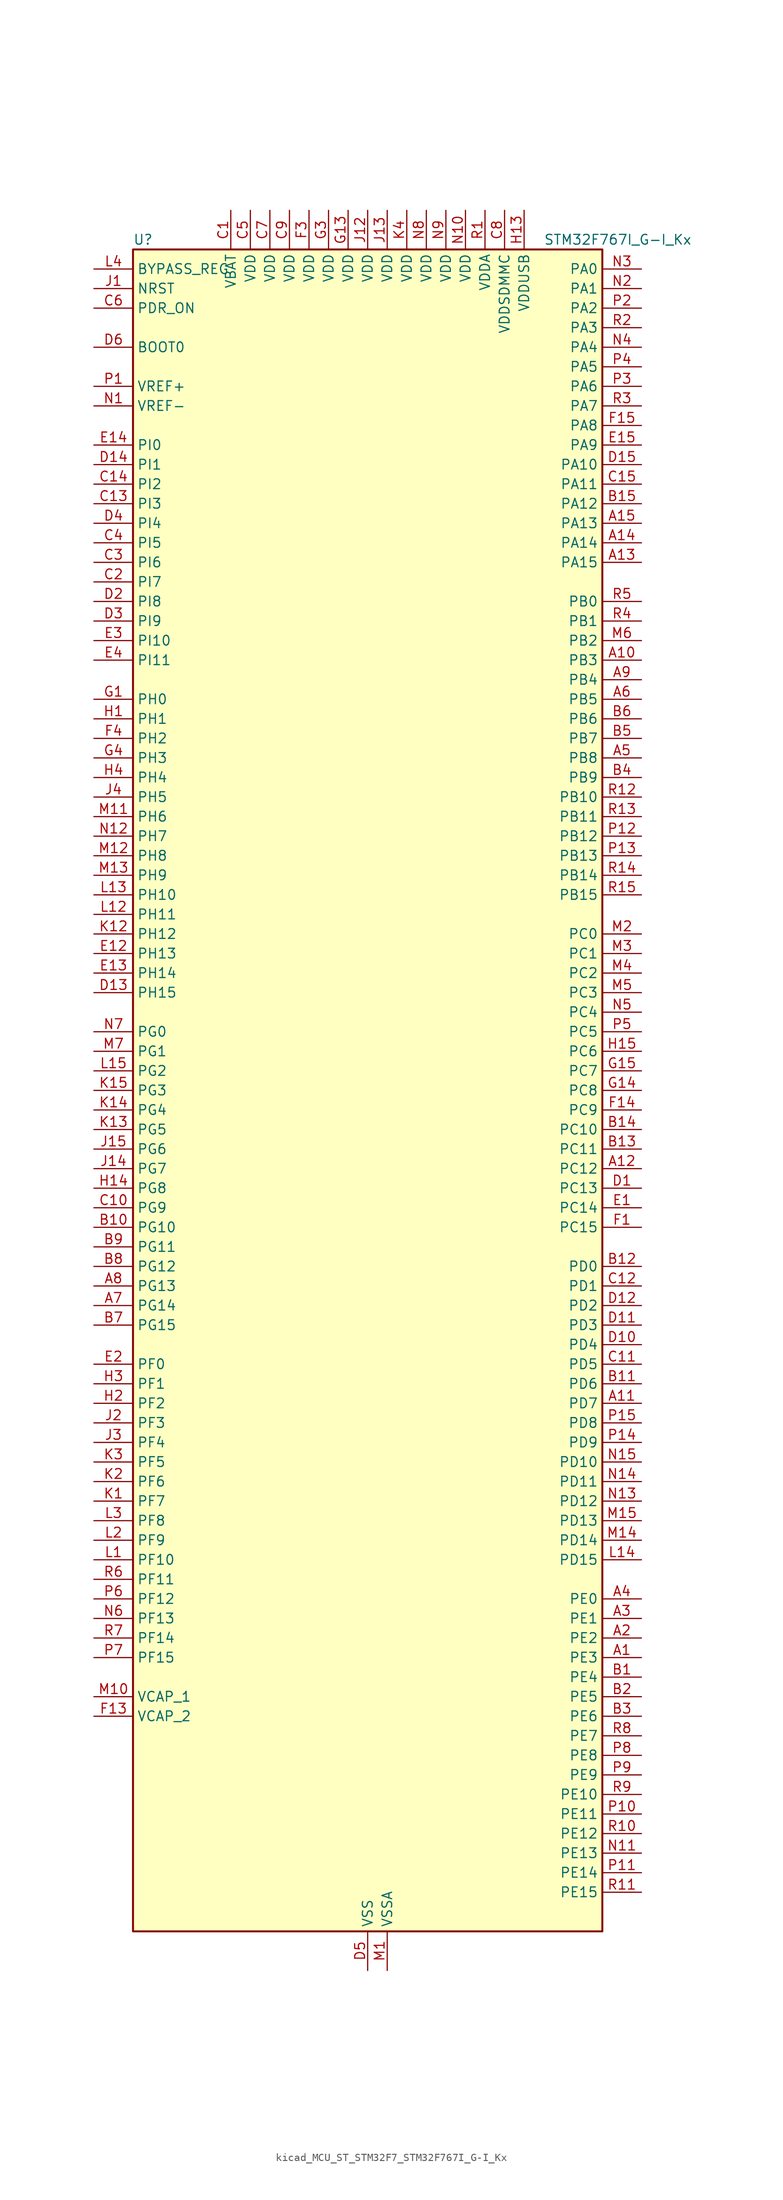
<source format=kicad_sym>
(kicad_symbol_lib
  (version 20220914)
  (generator kicad_symbol_editor)
  (symbol "kicad_MCU_ST_STM32F7_STM32F767I_G-I_Kx"
    (property "Reference" "U"
      (at -30.48 110.49 0)
      (effects (font (size 1.27 1.27)) (justify left)))
    (property "Value" "STM32F767I_G-I_Kx"
      (at 22.86 110.49 0)
      (effects (font (size 1.27 1.27)) (justify left)))
    (property "ki_locked" ""
      (at 0 0 0)
      (effects (font (size 1.27 1.27))))
    (symbol "kicad_MCU_ST_STM32F7_STM32F767I_G-I_Kx_0_1"
      (rectangle (start -30.48 -109.22) (end 30.48 109.22) (stroke (width 0.254) (type default)) (fill (type background))))
    (symbol "kicad_MCU_ST_STM32F7_STM32F767I_G-I_Kx_1_1"
      (pin bidirectional line (at 35.56 -73.66 180) (length 5.08) (name "PE3" (effects (font (size 1.27 1.27)))) (number "A1" (effects (font (size 1.27 1.27)))) (alternate "FMC_A19" bidirectional line) (alternate "SAI1_SD_B" bidirectional line) (alternate "SYS_TRACED0" bidirectional line))
      (pin bidirectional line (at 35.56 55.88 180) (length 5.08) (name "PB3" (effects (font (size 1.27 1.27)))) (number "A10" (effects (font (size 1.27 1.27)))) (alternate "CAN3_RX" bidirectional line) (alternate "I2S1_CK" bidirectional line) (alternate "I2S3_CK" bidirectional line) (alternate "SDMMC2_D2" bidirectional line) (alternate "SPI1_SCK" bidirectional line) (alternate "SPI3_SCK" bidirectional line) (alternate "SPI6_SCK" bidirectional line) (alternate "SYS_JTDO-SWO" bidirectional line) (alternate "TIM2_CH2" bidirectional line) (alternate "UART7_RX" bidirectional line))
      (pin bidirectional line (at 35.56 -40.64 180) (length 5.08) (name "PD7" (effects (font (size 1.27 1.27)))) (number "A11" (effects (font (size 1.27 1.27)))) (alternate "DFSDM1_CKIN1" bidirectional line) (alternate "DFSDM1_DATIN4" bidirectional line) (alternate "FMC_NE1" bidirectional line) (alternate "I2S1_SD" bidirectional line) (alternate "SDMMC2_CMD" bidirectional line) (alternate "SPDIFRX_IN0" bidirectional line) (alternate "SPI1_MOSI" bidirectional line) (alternate "USART2_CK" bidirectional line))
      (pin bidirectional line (at 35.56 -10.16 180) (length 5.08) (name "PC12" (effects (font (size 1.27 1.27)))) (number "A12" (effects (font (size 1.27 1.27)))) (alternate "DCMI_D9" bidirectional line) (alternate "I2S3_SD" bidirectional line) (alternate "SDMMC1_CK" bidirectional line) (alternate "SPI3_MOSI" bidirectional line) (alternate "SYS_TRACED3" bidirectional line) (alternate "UART5_TX" bidirectional line) (alternate "USART3_CK" bidirectional line))
      (pin bidirectional line (at 35.56 68.58 180) (length 5.08) (name "PA15" (effects (font (size 1.27 1.27)))) (number "A13" (effects (font (size 1.27 1.27)))) (alternate "CAN3_TX" bidirectional line) (alternate "CEC" bidirectional line) (alternate "I2S1_WS" bidirectional line) (alternate "I2S3_WS" bidirectional line) (alternate "SPI1_NSS" bidirectional line) (alternate "SPI3_NSS" bidirectional line) (alternate "SPI6_NSS" bidirectional line) (alternate "SYS_JTDI" bidirectional line) (alternate "TIM2_CH1" bidirectional line) (alternate "TIM2_ETR" bidirectional line) (alternate "UART4_DE" bidirectional line) (alternate "UART4_RTS" bidirectional line) (alternate "UART7_TX" bidirectional line))
      (pin bidirectional line (at 35.56 71.12 180) (length 5.08) (name "PA14" (effects (font (size 1.27 1.27)))) (number "A14" (effects (font (size 1.27 1.27)))) (alternate "SYS_JTCK-SWCLK" bidirectional line))
      (pin bidirectional line (at 35.56 73.66 180) (length 5.08) (name "PA13" (effects (font (size 1.27 1.27)))) (number "A15" (effects (font (size 1.27 1.27)))) (alternate "SYS_JTMS-SWDIO" bidirectional line))
      (pin bidirectional line (at 35.56 -71.12 180) (length 5.08) (name "PE2" (effects (font (size 1.27 1.27)))) (number "A2" (effects (font (size 1.27 1.27)))) (alternate "ETH_TXD3" bidirectional line) (alternate "FMC_A23" bidirectional line) (alternate "QUADSPI_BK1_IO2" bidirectional line) (alternate "SAI1_MCLK_A" bidirectional line) (alternate "SPI4_SCK" bidirectional line) (alternate "SYS_TRACECLK" bidirectional line))
      (pin bidirectional line (at 35.56 -68.58 180) (length 5.08) (name "PE1" (effects (font (size 1.27 1.27)))) (number "A3" (effects (font (size 1.27 1.27)))) (alternate "DCMI_D3" bidirectional line) (alternate "FMC_NBL1" bidirectional line) (alternate "LPTIM1_IN2" bidirectional line) (alternate "UART8_TX" bidirectional line))
      (pin bidirectional line (at 35.56 -66.04 180) (length 5.08) (name "PE0" (effects (font (size 1.27 1.27)))) (number "A4" (effects (font (size 1.27 1.27)))) (alternate "DCMI_D2" bidirectional line) (alternate "FMC_NBL0" bidirectional line) (alternate "LPTIM1_ETR" bidirectional line) (alternate "SAI2_MCLK_A" bidirectional line) (alternate "TIM4_ETR" bidirectional line) (alternate "UART8_RX" bidirectional line))
      (pin bidirectional line (at 35.56 43.18 180) (length 5.08) (name "PB8" (effects (font (size 1.27 1.27)))) (number "A5" (effects (font (size 1.27 1.27)))) (alternate "CAN1_RX" bidirectional line) (alternate "DCMI_D6" bidirectional line) (alternate "DFSDM1_CKIN7" bidirectional line) (alternate "ETH_TXD3" bidirectional line) (alternate "I2C1_SCL" bidirectional line) (alternate "I2C4_SCL" bidirectional line) (alternate "LTDC_B6" bidirectional line) (alternate "SDMMC1_D4" bidirectional line) (alternate "SDMMC2_D4" bidirectional line) (alternate "TIM10_CH1" bidirectional line) (alternate "TIM4_CH3" bidirectional line) (alternate "UART5_RX" bidirectional line))
      (pin bidirectional line (at 35.56 50.8 180) (length 5.08) (name "PB5" (effects (font (size 1.27 1.27)))) (number "A6" (effects (font (size 1.27 1.27)))) (alternate "CAN2_RX" bidirectional line) (alternate "DCMI_D10" bidirectional line) (alternate "ETH_PPS_OUT" bidirectional line) (alternate "FMC_SDCKE1" bidirectional line) (alternate "I2C1_SMBA" bidirectional line) (alternate "I2S1_SD" bidirectional line) (alternate "I2S3_SD" bidirectional line) (alternate "LTDC_G7" bidirectional line) (alternate "SPI1_MOSI" bidirectional line) (alternate "SPI3_MOSI" bidirectional line) (alternate "SPI6_MOSI" bidirectional line) (alternate "TIM3_CH2" bidirectional line) (alternate "UART5_RX" bidirectional line) (alternate "USB_OTG_HS_ULPI_D7" bidirectional line))
      (pin bidirectional line (at -35.56 -27.94 0) (length 5.08) (name "PG14" (effects (font (size 1.27 1.27)))) (number "A7" (effects (font (size 1.27 1.27)))) (alternate "ETH_TXD1" bidirectional line) (alternate "FMC_A25" bidirectional line) (alternate "LPTIM1_ETR" bidirectional line) (alternate "LTDC_B0" bidirectional line) (alternate "QUADSPI_BK2_IO3" bidirectional line) (alternate "SPI6_MOSI" bidirectional line) (alternate "SYS_TRACED1" bidirectional line) (alternate "USART6_TX" bidirectional line))
      (pin bidirectional line (at -35.56 -25.4 0) (length 5.08) (name "PG13" (effects (font (size 1.27 1.27)))) (number "A8" (effects (font (size 1.27 1.27)))) (alternate "ETH_TXD0" bidirectional line) (alternate "FMC_A24" bidirectional line) (alternate "LPTIM1_OUT" bidirectional line) (alternate "LTDC_R0" bidirectional line) (alternate "SPI6_SCK" bidirectional line) (alternate "SYS_TRACED0" bidirectional line) (alternate "USART6_CTS" bidirectional line))
      (pin bidirectional line (at 35.56 53.34 180) (length 5.08) (name "PB4" (effects (font (size 1.27 1.27)))) (number "A9" (effects (font (size 1.27 1.27)))) (alternate "CAN3_TX" bidirectional line) (alternate "I2S2_WS" bidirectional line) (alternate "SDMMC2_D3" bidirectional line) (alternate "SPI1_MISO" bidirectional line) (alternate "SPI2_NSS" bidirectional line) (alternate "SPI3_MISO" bidirectional line) (alternate "SPI6_MISO" bidirectional line) (alternate "SYS_JTRST" bidirectional line) (alternate "TIM3_CH1" bidirectional line) (alternate "UART7_TX" bidirectional line))
      (pin bidirectional line (at 35.56 -76.2 180) (length 5.08) (name "PE4" (effects (font (size 1.27 1.27)))) (number "B1" (effects (font (size 1.27 1.27)))) (alternate "DCMI_D4" bidirectional line) (alternate "DFSDM1_DATIN3" bidirectional line) (alternate "FMC_A20" bidirectional line) (alternate "LTDC_B0" bidirectional line) (alternate "SAI1_FS_A" bidirectional line) (alternate "SPI4_NSS" bidirectional line) (alternate "SYS_TRACED1" bidirectional line))
      (pin bidirectional line (at -35.56 -17.78 0) (length 5.08) (name "PG10" (effects (font (size 1.27 1.27)))) (number "B10" (effects (font (size 1.27 1.27)))) (alternate "DCMI_D2" bidirectional line) (alternate "FMC_NE3" bidirectional line) (alternate "I2S1_WS" bidirectional line) (alternate "LTDC_B2" bidirectional line) (alternate "LTDC_G3" bidirectional line) (alternate "SAI2_SD_B" bidirectional line) (alternate "SDMMC2_D1" bidirectional line) (alternate "SPI1_NSS" bidirectional line))
      (pin bidirectional line (at 35.56 -38.1 180) (length 5.08) (name "PD6" (effects (font (size 1.27 1.27)))) (number "B11" (effects (font (size 1.27 1.27)))) (alternate "DCMI_D10" bidirectional line) (alternate "DFSDM1_CKIN4" bidirectional line) (alternate "DFSDM1_DATIN1" bidirectional line) (alternate "FMC_NWAIT" bidirectional line) (alternate "I2S3_SD" bidirectional line) (alternate "LTDC_B2" bidirectional line) (alternate "SAI1_SD_A" bidirectional line) (alternate "SDMMC2_CK" bidirectional line) (alternate "SPI3_MOSI" bidirectional line) (alternate "USART2_RX" bidirectional line))
      (pin bidirectional line (at 35.56 -22.86 180) (length 5.08) (name "PD0" (effects (font (size 1.27 1.27)))) (number "B12" (effects (font (size 1.27 1.27)))) (alternate "CAN1_RX" bidirectional line) (alternate "DFSDM1_CKIN6" bidirectional line) (alternate "DFSDM1_DATIN7" bidirectional line) (alternate "FMC_D2" bidirectional line) (alternate "FMC_DA2" bidirectional line) (alternate "UART4_RX" bidirectional line))
      (pin bidirectional line (at 35.56 -7.62 180) (length 5.08) (name "PC11" (effects (font (size 1.27 1.27)))) (number "B13" (effects (font (size 1.27 1.27)))) (alternate "ADC1_EXTI11" bidirectional line) (alternate "ADC2_EXTI11" bidirectional line) (alternate "ADC3_EXTI11" bidirectional line) (alternate "DCMI_D4" bidirectional line) (alternate "DFSDM1_DATIN5" bidirectional line) (alternate "QUADSPI_BK2_NCS" bidirectional line) (alternate "SDMMC1_D3" bidirectional line) (alternate "SPI3_MISO" bidirectional line) (alternate "UART4_RX" bidirectional line) (alternate "USART3_RX" bidirectional line))
      (pin bidirectional line (at 35.56 -5.08 180) (length 5.08) (name "PC10" (effects (font (size 1.27 1.27)))) (number "B14" (effects (font (size 1.27 1.27)))) (alternate "DCMI_D8" bidirectional line) (alternate "DFSDM1_CKIN5" bidirectional line) (alternate "I2S3_CK" bidirectional line) (alternate "LTDC_R2" bidirectional line) (alternate "QUADSPI_BK1_IO1" bidirectional line) (alternate "SDMMC1_D2" bidirectional line) (alternate "SPI3_SCK" bidirectional line) (alternate "UART4_TX" bidirectional line) (alternate "USART3_TX" bidirectional line))
      (pin bidirectional line (at 35.56 76.2 180) (length 5.08) (name "PA12" (effects (font (size 1.27 1.27)))) (number "B15" (effects (font (size 1.27 1.27)))) (alternate "CAN1_TX" bidirectional line) (alternate "I2S2_CK" bidirectional line) (alternate "LTDC_R5" bidirectional line) (alternate "SAI2_FS_B" bidirectional line) (alternate "SPI2_SCK" bidirectional line) (alternate "TIM1_ETR" bidirectional line) (alternate "UART4_TX" bidirectional line) (alternate "USART1_DE" bidirectional line) (alternate "USART1_RTS" bidirectional line) (alternate "USB_OTG_FS_DP" bidirectional line))
      (pin bidirectional line (at 35.56 -78.74 180) (length 5.08) (name "PE5" (effects (font (size 1.27 1.27)))) (number "B2" (effects (font (size 1.27 1.27)))) (alternate "DCMI_D6" bidirectional line) (alternate "DFSDM1_CKIN3" bidirectional line) (alternate "FMC_A21" bidirectional line) (alternate "LTDC_G0" bidirectional line) (alternate "SAI1_SCK_A" bidirectional line) (alternate "SPI4_MISO" bidirectional line) (alternate "SYS_TRACED2" bidirectional line) (alternate "TIM9_CH1" bidirectional line))
      (pin bidirectional line (at 35.56 -81.28 180) (length 5.08) (name "PE6" (effects (font (size 1.27 1.27)))) (number "B3" (effects (font (size 1.27 1.27)))) (alternate "DCMI_D7" bidirectional line) (alternate "FMC_A22" bidirectional line) (alternate "LTDC_G1" bidirectional line) (alternate "SAI1_SD_A" bidirectional line) (alternate "SAI2_MCLK_B" bidirectional line) (alternate "SPI4_MOSI" bidirectional line) (alternate "SYS_TRACED3" bidirectional line) (alternate "TIM1_BKIN2" bidirectional line) (alternate "TIM9_CH2" bidirectional line))
      (pin bidirectional line (at 35.56 40.64 180) (length 5.08) (name "PB9" (effects (font (size 1.27 1.27)))) (number "B4" (effects (font (size 1.27 1.27)))) (alternate "CAN1_TX" bidirectional line) (alternate "DAC_EXTI9" bidirectional line) (alternate "DCMI_D7" bidirectional line) (alternate "DFSDM1_DATIN7" bidirectional line) (alternate "I2C1_SDA" bidirectional line) (alternate "I2C4_SDA" bidirectional line) (alternate "I2C4_SMBA" bidirectional line) (alternate "I2S2_WS" bidirectional line) (alternate "LTDC_B7" bidirectional line) (alternate "SDMMC1_D5" bidirectional line) (alternate "SDMMC2_D5" bidirectional line) (alternate "SPI2_NSS" bidirectional line) (alternate "TIM11_CH1" bidirectional line) (alternate "TIM4_CH4" bidirectional line) (alternate "UART5_TX" bidirectional line))
      (pin bidirectional line (at 35.56 45.72 180) (length 5.08) (name "PB7" (effects (font (size 1.27 1.27)))) (number "B5" (effects (font (size 1.27 1.27)))) (alternate "DCMI_VSYNC" bidirectional line) (alternate "DFSDM1_CKIN5" bidirectional line) (alternate "FMC_NL" bidirectional line) (alternate "I2C1_SDA" bidirectional line) (alternate "I2C4_SDA" bidirectional line) (alternate "TIM4_CH2" bidirectional line) (alternate "USART1_RX" bidirectional line))
      (pin bidirectional line (at 35.56 48.26 180) (length 5.08) (name "PB6" (effects (font (size 1.27 1.27)))) (number "B6" (effects (font (size 1.27 1.27)))) (alternate "CAN2_TX" bidirectional line) (alternate "CEC" bidirectional line) (alternate "DCMI_D5" bidirectional line) (alternate "DFSDM1_DATIN5" bidirectional line) (alternate "FMC_SDNE1" bidirectional line) (alternate "I2C1_SCL" bidirectional line) (alternate "I2C4_SCL" bidirectional line) (alternate "QUADSPI_BK1_NCS" bidirectional line) (alternate "TIM4_CH1" bidirectional line) (alternate "UART5_TX" bidirectional line) (alternate "USART1_TX" bidirectional line))
      (pin bidirectional line (at -35.56 -30.48 0) (length 5.08) (name "PG15" (effects (font (size 1.27 1.27)))) (number "B7" (effects (font (size 1.27 1.27)))) (alternate "DCMI_D13" bidirectional line) (alternate "FMC_SDNCAS" bidirectional line) (alternate "USART6_CTS" bidirectional line))
      (pin bidirectional line (at -35.56 -22.86 0) (length 5.08) (name "PG12" (effects (font (size 1.27 1.27)))) (number "B8" (effects (font (size 1.27 1.27)))) (alternate "FMC_NE4" bidirectional line) (alternate "LPTIM1_IN1" bidirectional line) (alternate "LTDC_B1" bidirectional line) (alternate "LTDC_B4" bidirectional line) (alternate "SDMMC2_D3" bidirectional line) (alternate "SPDIFRX_IN1" bidirectional line) (alternate "SPI6_MISO" bidirectional line) (alternate "USART6_DE" bidirectional line) (alternate "USART6_RTS" bidirectional line))
      (pin bidirectional line (at -35.56 -20.32 0) (length 5.08) (name "PG11" (effects (font (size 1.27 1.27)))) (number "B9" (effects (font (size 1.27 1.27)))) (alternate "ADC1_EXTI11" bidirectional line) (alternate "ADC2_EXTI11" bidirectional line) (alternate "ADC3_EXTI11" bidirectional line) (alternate "DCMI_D3" bidirectional line) (alternate "ETH_TX_EN" bidirectional line) (alternate "I2S1_CK" bidirectional line) (alternate "LTDC_B3" bidirectional line) (alternate "SDMMC2_D2" bidirectional line) (alternate "SPDIFRX_IN0" bidirectional line) (alternate "SPI1_SCK" bidirectional line))
      (pin power_in line (at -17.78 114.3 270) (length 5.08) (name "VBAT" (effects (font (size 1.27 1.27)))) (number "C1" (effects (font (size 1.27 1.27)))))
      (pin bidirectional line (at -35.56 -15.24 0) (length 5.08) (name "PG9" (effects (font (size 1.27 1.27)))) (number "C10" (effects (font (size 1.27 1.27)))) (alternate "DAC_EXTI9" bidirectional line) (alternate "DCMI_VSYNC" bidirectional line) (alternate "FMC_NCE" bidirectional line) (alternate "FMC_NE2" bidirectional line) (alternate "QUADSPI_BK2_IO2" bidirectional line) (alternate "SAI2_FS_B" bidirectional line) (alternate "SDMMC2_D0" bidirectional line) (alternate "SPDIFRX_IN3" bidirectional line) (alternate "SPI1_MISO" bidirectional line) (alternate "USART6_RX" bidirectional line))
      (pin bidirectional line (at 35.56 -35.56 180) (length 5.08) (name "PD5" (effects (font (size 1.27 1.27)))) (number "C11" (effects (font (size 1.27 1.27)))) (alternate "FMC_NWE" bidirectional line) (alternate "USART2_TX" bidirectional line))
      (pin bidirectional line (at 35.56 -25.4 180) (length 5.08) (name "PD1" (effects (font (size 1.27 1.27)))) (number "C12" (effects (font (size 1.27 1.27)))) (alternate "CAN1_TX" bidirectional line) (alternate "DFSDM1_CKIN7" bidirectional line) (alternate "DFSDM1_DATIN6" bidirectional line) (alternate "FMC_D3" bidirectional line) (alternate "FMC_DA3" bidirectional line) (alternate "UART4_TX" bidirectional line))
      (pin bidirectional line (at -35.56 76.2 0) (length 5.08) (name "PI3" (effects (font (size 1.27 1.27)))) (number "C13" (effects (font (size 1.27 1.27)))) (alternate "DCMI_D10" bidirectional line) (alternate "FMC_D27" bidirectional line) (alternate "I2S2_SD" bidirectional line) (alternate "SPI2_MOSI" bidirectional line) (alternate "TIM8_ETR" bidirectional line))
      (pin bidirectional line (at -35.56 78.74 0) (length 5.08) (name "PI2" (effects (font (size 1.27 1.27)))) (number "C14" (effects (font (size 1.27 1.27)))) (alternate "DCMI_D9" bidirectional line) (alternate "FMC_D26" bidirectional line) (alternate "LTDC_G7" bidirectional line) (alternate "SPI2_MISO" bidirectional line) (alternate "TIM8_CH4" bidirectional line))
      (pin bidirectional line (at 35.56 78.74 180) (length 5.08) (name "PA11" (effects (font (size 1.27 1.27)))) (number "C15" (effects (font (size 1.27 1.27)))) (alternate "ADC1_EXTI11" bidirectional line) (alternate "ADC2_EXTI11" bidirectional line) (alternate "ADC3_EXTI11" bidirectional line) (alternate "CAN1_RX" bidirectional line) (alternate "I2S2_WS" bidirectional line) (alternate "LTDC_R4" bidirectional line) (alternate "SPI2_NSS" bidirectional line) (alternate "TIM1_CH4" bidirectional line) (alternate "UART4_RX" bidirectional line) (alternate "USART1_CTS" bidirectional line) (alternate "USB_OTG_FS_DM" bidirectional line))
      (pin bidirectional line (at -35.56 66.04 0) (length 5.08) (name "PI7" (effects (font (size 1.27 1.27)))) (number "C2" (effects (font (size 1.27 1.27)))) (alternate "DCMI_D7" bidirectional line) (alternate "FMC_D29" bidirectional line) (alternate "LTDC_B7" bidirectional line) (alternate "SAI2_FS_A" bidirectional line) (alternate "TIM8_CH3" bidirectional line))
      (pin bidirectional line (at -35.56 68.58 0) (length 5.08) (name "PI6" (effects (font (size 1.27 1.27)))) (number "C3" (effects (font (size 1.27 1.27)))) (alternate "DCMI_D6" bidirectional line) (alternate "FMC_D28" bidirectional line) (alternate "LTDC_B6" bidirectional line) (alternate "SAI2_SD_A" bidirectional line) (alternate "TIM8_CH2" bidirectional line))
      (pin bidirectional line (at -35.56 71.12 0) (length 5.08) (name "PI5" (effects (font (size 1.27 1.27)))) (number "C4" (effects (font (size 1.27 1.27)))) (alternate "DCMI_VSYNC" bidirectional line) (alternate "FMC_NBL3" bidirectional line) (alternate "LTDC_B5" bidirectional line) (alternate "SAI2_SCK_A" bidirectional line) (alternate "TIM8_CH1" bidirectional line))
      (pin power_in line (at -15.24 114.3 270) (length 5.08) (name "VDD" (effects (font (size 1.27 1.27)))) (number "C5" (effects (font (size 1.27 1.27)))))
      (pin input line (at -35.56 101.6 0) (length 5.08) (name "PDR_ON" (effects (font (size 1.27 1.27)))) (number "C6" (effects (font (size 1.27 1.27)))))
      (pin power_in line (at -12.7 114.3 270) (length 5.08) (name "VDD" (effects (font (size 1.27 1.27)))) (number "C7" (effects (font (size 1.27 1.27)))))
      (pin power_in line (at 17.78 114.3 270) (length 5.08) (name "VDDSDMMC" (effects (font (size 1.27 1.27)))) (number "C8" (effects (font (size 1.27 1.27)))))
      (pin power_in line (at -10.16 114.3 270) (length 5.08) (name "VDD" (effects (font (size 1.27 1.27)))) (number "C9" (effects (font (size 1.27 1.27)))))
      (pin bidirectional line (at 35.56 -12.7 180) (length 5.08) (name "PC13" (effects (font (size 1.27 1.27)))) (number "D1" (effects (font (size 1.27 1.27)))) (alternate "RTC_OUT" bidirectional line) (alternate "RTC_TAMP1" bidirectional line) (alternate "RTC_TS" bidirectional line) (alternate "SYS_WKUP4" bidirectional line))
      (pin bidirectional line (at 35.56 -33.02 180) (length 5.08) (name "PD4" (effects (font (size 1.27 1.27)))) (number "D10" (effects (font (size 1.27 1.27)))) (alternate "DFSDM1_CKIN0" bidirectional line) (alternate "FMC_NOE" bidirectional line) (alternate "USART2_DE" bidirectional line) (alternate "USART2_RTS" bidirectional line))
      (pin bidirectional line (at 35.56 -30.48 180) (length 5.08) (name "PD3" (effects (font (size 1.27 1.27)))) (number "D11" (effects (font (size 1.27 1.27)))) (alternate "DCMI_D5" bidirectional line) (alternate "DFSDM1_CKOUT" bidirectional line) (alternate "DFSDM1_DATIN0" bidirectional line) (alternate "FMC_CLK" bidirectional line) (alternate "I2S2_CK" bidirectional line) (alternate "LTDC_G7" bidirectional line) (alternate "SPI2_SCK" bidirectional line) (alternate "USART2_CTS" bidirectional line))
      (pin bidirectional line (at 35.56 -27.94 180) (length 5.08) (name "PD2" (effects (font (size 1.27 1.27)))) (number "D12" (effects (font (size 1.27 1.27)))) (alternate "DCMI_D11" bidirectional line) (alternate "SDMMC1_CMD" bidirectional line) (alternate "SYS_TRACED2" bidirectional line) (alternate "TIM3_ETR" bidirectional line) (alternate "UART5_RX" bidirectional line))
      (pin bidirectional line (at -35.56 12.7 0) (length 5.08) (name "PH15" (effects (font (size 1.27 1.27)))) (number "D13" (effects (font (size 1.27 1.27)))) (alternate "DCMI_D11" bidirectional line) (alternate "FMC_D23" bidirectional line) (alternate "LTDC_G4" bidirectional line) (alternate "TIM8_CH3N" bidirectional line))
      (pin bidirectional line (at -35.56 81.28 0) (length 5.08) (name "PI1" (effects (font (size 1.27 1.27)))) (number "D14" (effects (font (size 1.27 1.27)))) (alternate "DCMI_D8" bidirectional line) (alternate "FMC_D25" bidirectional line) (alternate "I2S2_CK" bidirectional line) (alternate "LTDC_G6" bidirectional line) (alternate "SPI2_SCK" bidirectional line) (alternate "TIM8_BKIN2" bidirectional line))
      (pin bidirectional line (at 35.56 81.28 180) (length 5.08) (name "PA10" (effects (font (size 1.27 1.27)))) (number "D15" (effects (font (size 1.27 1.27)))) (alternate "DCMI_D1" bidirectional line) (alternate "LTDC_B1" bidirectional line) (alternate "LTDC_B4" bidirectional line) (alternate "MDIOS_MDIO" bidirectional line) (alternate "TIM1_CH3" bidirectional line) (alternate "USART1_RX" bidirectional line) (alternate "USB_OTG_FS_ID" bidirectional line))
      (pin bidirectional line (at -35.56 63.5 0) (length 5.08) (name "PI8" (effects (font (size 1.27 1.27)))) (number "D2" (effects (font (size 1.27 1.27)))) (alternate "RTC_TAMP2" bidirectional line) (alternate "RTC_TS" bidirectional line) (alternate "SYS_WKUP5" bidirectional line))
      (pin bidirectional line (at -35.56 60.96 0) (length 5.08) (name "PI9" (effects (font (size 1.27 1.27)))) (number "D3" (effects (font (size 1.27 1.27)))) (alternate "CAN1_RX" bidirectional line) (alternate "DAC_EXTI9" bidirectional line) (alternate "FMC_D30" bidirectional line) (alternate "LTDC_VSYNC" bidirectional line) (alternate "UART4_RX" bidirectional line))
      (pin bidirectional line (at -35.56 73.66 0) (length 5.08) (name "PI4" (effects (font (size 1.27 1.27)))) (number "D4" (effects (font (size 1.27 1.27)))) (alternate "DCMI_D5" bidirectional line) (alternate "FMC_NBL2" bidirectional line) (alternate "LTDC_B4" bidirectional line) (alternate "SAI2_MCLK_A" bidirectional line) (alternate "TIM8_BKIN" bidirectional line))
      (pin power_in line (at 0 -114.3 90) (length 5.08) (name "VSS" (effects (font (size 1.27 1.27)))) (number "D5" (effects (font (size 1.27 1.27)))))
      (pin input line (at -35.56 96.52 0) (length 5.08) (name "BOOT0" (effects (font (size 1.27 1.27)))) (number "D6" (effects (font (size 1.27 1.27)))))
      (pin passive line (at 0 -114.3 90) (length 5.08) hide (name "VSS" (effects (font (size 1.27 1.27)))) (number "D7" (effects (font (size 1.27 1.27)))))
      (pin passive line (at 0 -114.3 90) (length 5.08) hide (name "VSS" (effects (font (size 1.27 1.27)))) (number "D8" (effects (font (size 1.27 1.27)))))
      (pin passive line (at 0 -114.3 90) (length 5.08) hide (name "VSS" (effects (font (size 1.27 1.27)))) (number "D9" (effects (font (size 1.27 1.27)))))
      (pin bidirectional line (at 35.56 -15.24 180) (length 5.08) (name "PC14" (effects (font (size 1.27 1.27)))) (number "E1" (effects (font (size 1.27 1.27)))) (alternate "RCC_OSC32_IN" bidirectional line))
      (pin bidirectional line (at -35.56 17.78 0) (length 5.08) (name "PH13" (effects (font (size 1.27 1.27)))) (number "E12" (effects (font (size 1.27 1.27)))) (alternate "CAN1_TX" bidirectional line) (alternate "FMC_D21" bidirectional line) (alternate "LTDC_G2" bidirectional line) (alternate "TIM8_CH1N" bidirectional line) (alternate "UART4_TX" bidirectional line))
      (pin bidirectional line (at -35.56 15.24 0) (length 5.08) (name "PH14" (effects (font (size 1.27 1.27)))) (number "E13" (effects (font (size 1.27 1.27)))) (alternate "CAN1_RX" bidirectional line) (alternate "DCMI_D4" bidirectional line) (alternate "FMC_D22" bidirectional line) (alternate "LTDC_G3" bidirectional line) (alternate "TIM8_CH2N" bidirectional line) (alternate "UART4_RX" bidirectional line))
      (pin bidirectional line (at -35.56 83.82 0) (length 5.08) (name "PI0" (effects (font (size 1.27 1.27)))) (number "E14" (effects (font (size 1.27 1.27)))) (alternate "DCMI_D13" bidirectional line) (alternate "FMC_D24" bidirectional line) (alternate "I2S2_WS" bidirectional line) (alternate "LTDC_G5" bidirectional line) (alternate "SPI2_NSS" bidirectional line) (alternate "TIM5_CH4" bidirectional line))
      (pin bidirectional line (at 35.56 83.82 180) (length 5.08) (name "PA9" (effects (font (size 1.27 1.27)))) (number "E15" (effects (font (size 1.27 1.27)))) (alternate "DAC_EXTI9" bidirectional line) (alternate "DCMI_D0" bidirectional line) (alternate "I2C3_SMBA" bidirectional line) (alternate "I2S2_CK" bidirectional line) (alternate "LTDC_R5" bidirectional line) (alternate "SPI2_SCK" bidirectional line) (alternate "TIM1_CH2" bidirectional line) (alternate "USART1_TX" bidirectional line) (alternate "USB_OTG_FS_VBUS" bidirectional line))
      (pin bidirectional line (at -35.56 -35.56 0) (length 5.08) (name "PF0" (effects (font (size 1.27 1.27)))) (number "E2" (effects (font (size 1.27 1.27)))) (alternate "FMC_A0" bidirectional line) (alternate "I2C2_SDA" bidirectional line))
      (pin bidirectional line (at -35.56 58.42 0) (length 5.08) (name "PI10" (effects (font (size 1.27 1.27)))) (number "E3" (effects (font (size 1.27 1.27)))) (alternate "ETH_RX_ER" bidirectional line) (alternate "FMC_D31" bidirectional line) (alternate "LTDC_HSYNC" bidirectional line))
      (pin bidirectional line (at -35.56 55.88 0) (length 5.08) (name "PI11" (effects (font (size 1.27 1.27)))) (number "E4" (effects (font (size 1.27 1.27)))) (alternate "ADC1_EXTI11" bidirectional line) (alternate "ADC2_EXTI11" bidirectional line) (alternate "ADC3_EXTI11" bidirectional line) (alternate "LTDC_G6" bidirectional line) (alternate "SYS_WKUP6" bidirectional line) (alternate "USB_OTG_HS_ULPI_DIR" bidirectional line))
      (pin bidirectional line (at 35.56 -17.78 180) (length 5.08) (name "PC15" (effects (font (size 1.27 1.27)))) (number "F1" (effects (font (size 1.27 1.27)))) (alternate "RCC_OSC32_OUT" bidirectional line))
      (pin passive line (at 0 -114.3 90) (length 5.08) hide (name "VSS" (effects (font (size 1.27 1.27)))) (number "F10" (effects (font (size 1.27 1.27)))))
      (pin passive line (at 0 -114.3 90) (length 5.08) hide (name "VSS" (effects (font (size 1.27 1.27)))) (number "F12" (effects (font (size 1.27 1.27)))))
      (pin power_out line (at -35.56 -81.28 0) (length 5.08) (name "VCAP_2" (effects (font (size 1.27 1.27)))) (number "F13" (effects (font (size 1.27 1.27)))))
      (pin bidirectional line (at 35.56 -2.54 180) (length 5.08) (name "PC9" (effects (font (size 1.27 1.27)))) (number "F14" (effects (font (size 1.27 1.27)))) (alternate "DAC_EXTI9" bidirectional line) (alternate "DCMI_D3" bidirectional line) (alternate "I2C3_SDA" bidirectional line) (alternate "I2S_CKIN" bidirectional line) (alternate "LTDC_B2" bidirectional line) (alternate "LTDC_G3" bidirectional line) (alternate "QUADSPI_BK1_IO0" bidirectional line) (alternate "RCC_MCO_2" bidirectional line) (alternate "SDMMC1_D1" bidirectional line) (alternate "TIM3_CH4" bidirectional line) (alternate "TIM8_CH4" bidirectional line) (alternate "UART5_CTS" bidirectional line))
      (pin bidirectional line (at 35.56 86.36 180) (length 5.08) (name "PA8" (effects (font (size 1.27 1.27)))) (number "F15" (effects (font (size 1.27 1.27)))) (alternate "CAN3_RX" bidirectional line) (alternate "I2C3_SCL" bidirectional line) (alternate "LTDC_B3" bidirectional line) (alternate "LTDC_R6" bidirectional line) (alternate "RCC_MCO_1" bidirectional line) (alternate "TIM1_CH1" bidirectional line) (alternate "TIM8_BKIN2" bidirectional line) (alternate "UART7_RX" bidirectional line) (alternate "USART1_CK" bidirectional line) (alternate "USB_OTG_FS_SOF" bidirectional line))
      (pin passive line (at 0 -114.3 90) (length 5.08) hide (name "VSS" (effects (font (size 1.27 1.27)))) (number "F2" (effects (font (size 1.27 1.27)))))
      (pin power_in line (at -7.62 114.3 270) (length 5.08) (name "VDD" (effects (font (size 1.27 1.27)))) (number "F3" (effects (font (size 1.27 1.27)))))
      (pin bidirectional line (at -35.56 45.72 0) (length 5.08) (name "PH2" (effects (font (size 1.27 1.27)))) (number "F4" (effects (font (size 1.27 1.27)))) (alternate "ETH_CRS" bidirectional line) (alternate "FMC_SDCKE0" bidirectional line) (alternate "LPTIM1_IN2" bidirectional line) (alternate "LTDC_R0" bidirectional line) (alternate "QUADSPI_BK2_IO0" bidirectional line) (alternate "SAI2_SCK_B" bidirectional line))
      (pin passive line (at 0 -114.3 90) (length 5.08) hide (name "VSS" (effects (font (size 1.27 1.27)))) (number "F6" (effects (font (size 1.27 1.27)))))
      (pin passive line (at 0 -114.3 90) (length 5.08) hide (name "VSS" (effects (font (size 1.27 1.27)))) (number "F7" (effects (font (size 1.27 1.27)))))
      (pin passive line (at 0 -114.3 90) (length 5.08) hide (name "VSS" (effects (font (size 1.27 1.27)))) (number "F8" (effects (font (size 1.27 1.27)))))
      (pin passive line (at 0 -114.3 90) (length 5.08) hide (name "VSS" (effects (font (size 1.27 1.27)))) (number "F9" (effects (font (size 1.27 1.27)))))
      (pin bidirectional line (at -35.56 50.8 0) (length 5.08) (name "PH0" (effects (font (size 1.27 1.27)))) (number "G1" (effects (font (size 1.27 1.27)))) (alternate "RCC_OSC_IN" bidirectional line))
      (pin passive line (at 0 -114.3 90) (length 5.08) hide (name "VSS" (effects (font (size 1.27 1.27)))) (number "G10" (effects (font (size 1.27 1.27)))))
      (pin passive line (at 0 -114.3 90) (length 5.08) hide (name "VSS" (effects (font (size 1.27 1.27)))) (number "G12" (effects (font (size 1.27 1.27)))))
      (pin power_in line (at -2.54 114.3 270) (length 5.08) (name "VDD" (effects (font (size 1.27 1.27)))) (number "G13" (effects (font (size 1.27 1.27)))))
      (pin bidirectional line (at 35.56 0 180) (length 5.08) (name "PC8" (effects (font (size 1.27 1.27)))) (number "G14" (effects (font (size 1.27 1.27)))) (alternate "DCMI_D2" bidirectional line) (alternate "FMC_NCE" bidirectional line) (alternate "FMC_NE2" bidirectional line) (alternate "SDMMC1_D0" bidirectional line) (alternate "SYS_TRACED1" bidirectional line) (alternate "TIM3_CH3" bidirectional line) (alternate "TIM8_CH3" bidirectional line) (alternate "UART5_DE" bidirectional line) (alternate "UART5_RTS" bidirectional line) (alternate "USART6_CK" bidirectional line))
      (pin bidirectional line (at 35.56 2.54 180) (length 5.08) (name "PC7" (effects (font (size 1.27 1.27)))) (number "G15" (effects (font (size 1.27 1.27)))) (alternate "DCMI_D1" bidirectional line) (alternate "DFSDM1_DATIN3" bidirectional line) (alternate "FMC_NE1" bidirectional line) (alternate "I2S3_MCK" bidirectional line) (alternate "LTDC_G6" bidirectional line) (alternate "SDMMC1_D7" bidirectional line) (alternate "SDMMC2_D7" bidirectional line) (alternate "TIM3_CH2" bidirectional line) (alternate "TIM8_CH2" bidirectional line) (alternate "USART6_RX" bidirectional line))
      (pin passive line (at 0 -114.3 90) (length 5.08) hide (name "VSS" (effects (font (size 1.27 1.27)))) (number "G2" (effects (font (size 1.27 1.27)))))
      (pin power_in line (at -5.08 114.3 270) (length 5.08) (name "VDD" (effects (font (size 1.27 1.27)))) (number "G3" (effects (font (size 1.27 1.27)))))
      (pin bidirectional line (at -35.56 43.18 0) (length 5.08) (name "PH3" (effects (font (size 1.27 1.27)))) (number "G4" (effects (font (size 1.27 1.27)))) (alternate "ETH_COL" bidirectional line) (alternate "FMC_SDNE0" bidirectional line) (alternate "LTDC_R1" bidirectional line) (alternate "QUADSPI_BK2_IO1" bidirectional line) (alternate "SAI2_MCLK_B" bidirectional line))
      (pin passive line (at 0 -114.3 90) (length 5.08) hide (name "VSS" (effects (font (size 1.27 1.27)))) (number "G6" (effects (font (size 1.27 1.27)))))
      (pin passive line (at 0 -114.3 90) (length 5.08) hide (name "VSS" (effects (font (size 1.27 1.27)))) (number "G7" (effects (font (size 1.27 1.27)))))
      (pin passive line (at 0 -114.3 90) (length 5.08) hide (name "VSS" (effects (font (size 1.27 1.27)))) (number "G8" (effects (font (size 1.27 1.27)))))
      (pin passive line (at 0 -114.3 90) (length 5.08) hide (name "VSS" (effects (font (size 1.27 1.27)))) (number "G9" (effects (font (size 1.27 1.27)))))
      (pin bidirectional line (at -35.56 48.26 0) (length 5.08) (name "PH1" (effects (font (size 1.27 1.27)))) (number "H1" (effects (font (size 1.27 1.27)))) (alternate "RCC_OSC_OUT" bidirectional line))
      (pin passive line (at 0 -114.3 90) (length 5.08) hide (name "VSS" (effects (font (size 1.27 1.27)))) (number "H10" (effects (font (size 1.27 1.27)))))
      (pin passive line (at 0 -114.3 90) (length 5.08) hide (name "VSS" (effects (font (size 1.27 1.27)))) (number "H12" (effects (font (size 1.27 1.27)))))
      (pin power_in line (at 20.32 114.3 270) (length 5.08) (name "VDDUSB" (effects (font (size 1.27 1.27)))) (number "H13" (effects (font (size 1.27 1.27)))))
      (pin bidirectional line (at -35.56 -12.7 0) (length 5.08) (name "PG8" (effects (font (size 1.27 1.27)))) (number "H14" (effects (font (size 1.27 1.27)))) (alternate "ETH_PPS_OUT" bidirectional line) (alternate "FMC_SDCLK" bidirectional line) (alternate "LTDC_G7" bidirectional line) (alternate "SPDIFRX_IN2" bidirectional line) (alternate "SPI6_NSS" bidirectional line) (alternate "USART6_DE" bidirectional line) (alternate "USART6_RTS" bidirectional line))
      (pin bidirectional line (at 35.56 5.08 180) (length 5.08) (name "PC6" (effects (font (size 1.27 1.27)))) (number "H15" (effects (font (size 1.27 1.27)))) (alternate "DCMI_D0" bidirectional line) (alternate "DFSDM1_CKIN3" bidirectional line) (alternate "FMC_NWAIT" bidirectional line) (alternate "I2S2_MCK" bidirectional line) (alternate "LTDC_HSYNC" bidirectional line) (alternate "SDMMC1_D6" bidirectional line) (alternate "SDMMC2_D6" bidirectional line) (alternate "TIM3_CH1" bidirectional line) (alternate "TIM8_CH1" bidirectional line) (alternate "USART6_TX" bidirectional line))
      (pin bidirectional line (at -35.56 -40.64 0) (length 5.08) (name "PF2" (effects (font (size 1.27 1.27)))) (number "H2" (effects (font (size 1.27 1.27)))) (alternate "FMC_A2" bidirectional line) (alternate "I2C2_SMBA" bidirectional line))
      (pin bidirectional line (at -35.56 -38.1 0) (length 5.08) (name "PF1" (effects (font (size 1.27 1.27)))) (number "H3" (effects (font (size 1.27 1.27)))) (alternate "FMC_A1" bidirectional line) (alternate "I2C2_SCL" bidirectional line))
      (pin bidirectional line (at -35.56 40.64 0) (length 5.08) (name "PH4" (effects (font (size 1.27 1.27)))) (number "H4" (effects (font (size 1.27 1.27)))) (alternate "I2C2_SCL" bidirectional line) (alternate "LTDC_G4" bidirectional line) (alternate "LTDC_G5" bidirectional line) (alternate "USB_OTG_HS_ULPI_NXT" bidirectional line))
      (pin passive line (at 0 -114.3 90) (length 5.08) hide (name "VSS" (effects (font (size 1.27 1.27)))) (number "H6" (effects (font (size 1.27 1.27)))))
      (pin passive line (at 0 -114.3 90) (length 5.08) hide (name "VSS" (effects (font (size 1.27 1.27)))) (number "H7" (effects (font (size 1.27 1.27)))))
      (pin passive line (at 0 -114.3 90) (length 5.08) hide (name "VSS" (effects (font (size 1.27 1.27)))) (number "H8" (effects (font (size 1.27 1.27)))))
      (pin passive line (at 0 -114.3 90) (length 5.08) hide (name "VSS" (effects (font (size 1.27 1.27)))) (number "H9" (effects (font (size 1.27 1.27)))))
      (pin input line (at -35.56 104.14 0) (length 5.08) (name "NRST" (effects (font (size 1.27 1.27)))) (number "J1" (effects (font (size 1.27 1.27)))))
      (pin passive line (at 0 -114.3 90) (length 5.08) hide (name "VSS" (effects (font (size 1.27 1.27)))) (number "J10" (effects (font (size 1.27 1.27)))))
      (pin power_in line (at 0 114.3 270) (length 5.08) (name "VDD" (effects (font (size 1.27 1.27)))) (number "J12" (effects (font (size 1.27 1.27)))))
      (pin power_in line (at 2.54 114.3 270) (length 5.08) (name "VDD" (effects (font (size 1.27 1.27)))) (number "J13" (effects (font (size 1.27 1.27)))))
      (pin bidirectional line (at -35.56 -10.16 0) (length 5.08) (name "PG7" (effects (font (size 1.27 1.27)))) (number "J14" (effects (font (size 1.27 1.27)))) (alternate "DCMI_D13" bidirectional line) (alternate "FMC_INT" bidirectional line) (alternate "LTDC_CLK" bidirectional line) (alternate "SAI1_MCLK_A" bidirectional line) (alternate "USART6_CK" bidirectional line))
      (pin bidirectional line (at -35.56 -7.62 0) (length 5.08) (name "PG6" (effects (font (size 1.27 1.27)))) (number "J15" (effects (font (size 1.27 1.27)))) (alternate "DCMI_D12" bidirectional line) (alternate "FMC_NE3" bidirectional line) (alternate "LTDC_R7" bidirectional line))
      (pin bidirectional line (at -35.56 -43.18 0) (length 5.08) (name "PF3" (effects (font (size 1.27 1.27)))) (number "J2" (effects (font (size 1.27 1.27)))) (alternate "ADC3_IN9" bidirectional line) (alternate "FMC_A3" bidirectional line))
      (pin bidirectional line (at -35.56 -45.72 0) (length 5.08) (name "PF4" (effects (font (size 1.27 1.27)))) (number "J3" (effects (font (size 1.27 1.27)))) (alternate "ADC3_IN14" bidirectional line) (alternate "FMC_A4" bidirectional line))
      (pin bidirectional line (at -35.56 38.1 0) (length 5.08) (name "PH5" (effects (font (size 1.27 1.27)))) (number "J4" (effects (font (size 1.27 1.27)))) (alternate "FMC_SDNWE" bidirectional line) (alternate "I2C2_SDA" bidirectional line) (alternate "SPI5_NSS" bidirectional line))
      (pin passive line (at 0 -114.3 90) (length 5.08) hide (name "VSS" (effects (font (size 1.27 1.27)))) (number "J6" (effects (font (size 1.27 1.27)))))
      (pin passive line (at 0 -114.3 90) (length 5.08) hide (name "VSS" (effects (font (size 1.27 1.27)))) (number "J7" (effects (font (size 1.27 1.27)))))
      (pin passive line (at 0 -114.3 90) (length 5.08) hide (name "VSS" (effects (font (size 1.27 1.27)))) (number "J8" (effects (font (size 1.27 1.27)))))
      (pin passive line (at 0 -114.3 90) (length 5.08) hide (name "VSS" (effects (font (size 1.27 1.27)))) (number "J9" (effects (font (size 1.27 1.27)))))
      (pin bidirectional line (at -35.56 -53.34 0) (length 5.08) (name "PF7" (effects (font (size 1.27 1.27)))) (number "K1" (effects (font (size 1.27 1.27)))) (alternate "ADC3_IN5" bidirectional line) (alternate "QUADSPI_BK1_IO2" bidirectional line) (alternate "SAI1_MCLK_B" bidirectional line) (alternate "SPI5_SCK" bidirectional line) (alternate "TIM11_CH1" bidirectional line) (alternate "UART7_TX" bidirectional line))
      (pin passive line (at 0 -114.3 90) (length 5.08) hide (name "VSS" (effects (font (size 1.27 1.27)))) (number "K10" (effects (font (size 1.27 1.27)))))
      (pin bidirectional line (at -35.56 20.32 0) (length 5.08) (name "PH12" (effects (font (size 1.27 1.27)))) (number "K12" (effects (font (size 1.27 1.27)))) (alternate "DCMI_D3" bidirectional line) (alternate "FMC_D20" bidirectional line) (alternate "I2C4_SDA" bidirectional line) (alternate "LTDC_R6" bidirectional line) (alternate "TIM5_CH3" bidirectional line))
      (pin bidirectional line (at -35.56 -5.08 0) (length 5.08) (name "PG5" (effects (font (size 1.27 1.27)))) (number "K13" (effects (font (size 1.27 1.27)))) (alternate "FMC_A15" bidirectional line) (alternate "FMC_BA1" bidirectional line))
      (pin bidirectional line (at -35.56 -2.54 0) (length 5.08) (name "PG4" (effects (font (size 1.27 1.27)))) (number "K14" (effects (font (size 1.27 1.27)))) (alternate "FMC_A14" bidirectional line) (alternate "FMC_BA0" bidirectional line))
      (pin bidirectional line (at -35.56 0 0) (length 5.08) (name "PG3" (effects (font (size 1.27 1.27)))) (number "K15" (effects (font (size 1.27 1.27)))) (alternate "FMC_A13" bidirectional line))
      (pin bidirectional line (at -35.56 -50.8 0) (length 5.08) (name "PF6" (effects (font (size 1.27 1.27)))) (number "K2" (effects (font (size 1.27 1.27)))) (alternate "ADC3_IN4" bidirectional line) (alternate "QUADSPI_BK1_IO3" bidirectional line) (alternate "SAI1_SD_B" bidirectional line) (alternate "SPI5_NSS" bidirectional line) (alternate "TIM10_CH1" bidirectional line) (alternate "UART7_RX" bidirectional line))
      (pin bidirectional line (at -35.56 -48.26 0) (length 5.08) (name "PF5" (effects (font (size 1.27 1.27)))) (number "K3" (effects (font (size 1.27 1.27)))) (alternate "ADC3_IN15" bidirectional line) (alternate "FMC_A5" bidirectional line))
      (pin power_in line (at 5.08 114.3 270) (length 5.08) (name "VDD" (effects (font (size 1.27 1.27)))) (number "K4" (effects (font (size 1.27 1.27)))))
      (pin passive line (at 0 -114.3 90) (length 5.08) hide (name "VSS" (effects (font (size 1.27 1.27)))) (number "K6" (effects (font (size 1.27 1.27)))))
      (pin passive line (at 0 -114.3 90) (length 5.08) hide (name "VSS" (effects (font (size 1.27 1.27)))) (number "K7" (effects (font (size 1.27 1.27)))))
      (pin passive line (at 0 -114.3 90) (length 5.08) hide (name "VSS" (effects (font (size 1.27 1.27)))) (number "K8" (effects (font (size 1.27 1.27)))))
      (pin passive line (at 0 -114.3 90) (length 5.08) hide (name "VSS" (effects (font (size 1.27 1.27)))) (number "K9" (effects (font (size 1.27 1.27)))))
      (pin bidirectional line (at -35.56 -60.96 0) (length 5.08) (name "PF10" (effects (font (size 1.27 1.27)))) (number "L1" (effects (font (size 1.27 1.27)))) (alternate "ADC3_IN8" bidirectional line) (alternate "DCMI_D11" bidirectional line) (alternate "LTDC_DE" bidirectional line) (alternate "QUADSPI_CLK" bidirectional line))
      (pin bidirectional line (at -35.56 22.86 0) (length 5.08) (name "PH11" (effects (font (size 1.27 1.27)))) (number "L12" (effects (font (size 1.27 1.27)))) (alternate "ADC1_EXTI11" bidirectional line) (alternate "ADC2_EXTI11" bidirectional line) (alternate "ADC3_EXTI11" bidirectional line) (alternate "DCMI_D2" bidirectional line) (alternate "FMC_D19" bidirectional line) (alternate "I2C4_SCL" bidirectional line) (alternate "LTDC_R5" bidirectional line) (alternate "TIM5_CH2" bidirectional line))
      (pin bidirectional line (at -35.56 25.4 0) (length 5.08) (name "PH10" (effects (font (size 1.27 1.27)))) (number "L13" (effects (font (size 1.27 1.27)))) (alternate "DCMI_D1" bidirectional line) (alternate "FMC_D18" bidirectional line) (alternate "I2C4_SMBA" bidirectional line) (alternate "LTDC_R4" bidirectional line) (alternate "TIM5_CH1" bidirectional line))
      (pin bidirectional line (at 35.56 -60.96 180) (length 5.08) (name "PD15" (effects (font (size 1.27 1.27)))) (number "L14" (effects (font (size 1.27 1.27)))) (alternate "FMC_D1" bidirectional line) (alternate "FMC_DA1" bidirectional line) (alternate "TIM4_CH4" bidirectional line) (alternate "UART8_DE" bidirectional line) (alternate "UART8_RTS" bidirectional line))
      (pin bidirectional line (at -35.56 2.54 0) (length 5.08) (name "PG2" (effects (font (size 1.27 1.27)))) (number "L15" (effects (font (size 1.27 1.27)))) (alternate "FMC_A12" bidirectional line))
      (pin bidirectional line (at -35.56 -58.42 0) (length 5.08) (name "PF9" (effects (font (size 1.27 1.27)))) (number "L2" (effects (font (size 1.27 1.27)))) (alternate "ADC3_IN7" bidirectional line) (alternate "DAC_EXTI9" bidirectional line) (alternate "QUADSPI_BK1_IO1" bidirectional line) (alternate "SAI1_FS_B" bidirectional line) (alternate "SPI5_MOSI" bidirectional line) (alternate "TIM14_CH1" bidirectional line) (alternate "UART7_CTS" bidirectional line))
      (pin bidirectional line (at -35.56 -55.88 0) (length 5.08) (name "PF8" (effects (font (size 1.27 1.27)))) (number "L3" (effects (font (size 1.27 1.27)))) (alternate "ADC3_IN6" bidirectional line) (alternate "QUADSPI_BK1_IO0" bidirectional line) (alternate "SAI1_SCK_B" bidirectional line) (alternate "SPI5_MISO" bidirectional line) (alternate "TIM13_CH1" bidirectional line) (alternate "UART7_DE" bidirectional line) (alternate "UART7_RTS" bidirectional line))
      (pin input line (at -35.56 106.68 0) (length 5.08) (name "BYPASS_REG" (effects (font (size 1.27 1.27)))) (number "L4" (effects (font (size 1.27 1.27)))))
      (pin power_in line (at 2.54 -114.3 90) (length 5.08) (name "VSSA" (effects (font (size 1.27 1.27)))) (number "M1" (effects (font (size 1.27 1.27)))))
      (pin power_out line (at -35.56 -78.74 0) (length 5.08) (name "VCAP_1" (effects (font (size 1.27 1.27)))) (number "M10" (effects (font (size 1.27 1.27)))))
      (pin bidirectional line (at -35.56 35.56 0) (length 5.08) (name "PH6" (effects (font (size 1.27 1.27)))) (number "M11" (effects (font (size 1.27 1.27)))) (alternate "DCMI_D8" bidirectional line) (alternate "ETH_RXD2" bidirectional line) (alternate "FMC_SDNE1" bidirectional line) (alternate "I2C2_SMBA" bidirectional line) (alternate "SPI5_SCK" bidirectional line) (alternate "TIM12_CH1" bidirectional line))
      (pin bidirectional line (at -35.56 30.48 0) (length 5.08) (name "PH8" (effects (font (size 1.27 1.27)))) (number "M12" (effects (font (size 1.27 1.27)))) (alternate "DCMI_HSYNC" bidirectional line) (alternate "FMC_D16" bidirectional line) (alternate "I2C3_SDA" bidirectional line) (alternate "LTDC_R2" bidirectional line))
      (pin bidirectional line (at -35.56 27.94 0) (length 5.08) (name "PH9" (effects (font (size 1.27 1.27)))) (number "M13" (effects (font (size 1.27 1.27)))) (alternate "DAC_EXTI9" bidirectional line) (alternate "DCMI_D0" bidirectional line) (alternate "FMC_D17" bidirectional line) (alternate "I2C3_SMBA" bidirectional line) (alternate "LTDC_R3" bidirectional line) (alternate "TIM12_CH2" bidirectional line))
      (pin bidirectional line (at 35.56 -58.42 180) (length 5.08) (name "PD14" (effects (font (size 1.27 1.27)))) (number "M14" (effects (font (size 1.27 1.27)))) (alternate "FMC_D0" bidirectional line) (alternate "FMC_DA0" bidirectional line) (alternate "TIM4_CH3" bidirectional line) (alternate "UART8_CTS" bidirectional line))
      (pin bidirectional line (at 35.56 -55.88 180) (length 5.08) (name "PD13" (effects (font (size 1.27 1.27)))) (number "M15" (effects (font (size 1.27 1.27)))) (alternate "FMC_A18" bidirectional line) (alternate "I2C4_SDA" bidirectional line) (alternate "LPTIM1_OUT" bidirectional line) (alternate "QUADSPI_BK1_IO3" bidirectional line) (alternate "SAI2_SCK_A" bidirectional line) (alternate "TIM4_CH2" bidirectional line))
      (pin bidirectional line (at 35.56 20.32 180) (length 5.08) (name "PC0" (effects (font (size 1.27 1.27)))) (number "M2" (effects (font (size 1.27 1.27)))) (alternate "ADC1_IN10" bidirectional line) (alternate "ADC2_IN10" bidirectional line) (alternate "ADC3_IN10" bidirectional line) (alternate "DFSDM1_CKIN0" bidirectional line) (alternate "DFSDM1_DATIN4" bidirectional line) (alternate "FMC_SDNWE" bidirectional line) (alternate "LTDC_R5" bidirectional line) (alternate "SAI2_FS_B" bidirectional line) (alternate "USB_OTG_HS_ULPI_STP" bidirectional line))
      (pin bidirectional line (at 35.56 17.78 180) (length 5.08) (name "PC1" (effects (font (size 1.27 1.27)))) (number "M3" (effects (font (size 1.27 1.27)))) (alternate "ADC1_IN11" bidirectional line) (alternate "ADC2_IN11" bidirectional line) (alternate "ADC3_IN11" bidirectional line) (alternate "DFSDM1_CKIN4" bidirectional line) (alternate "DFSDM1_DATIN0" bidirectional line) (alternate "ETH_MDC" bidirectional line) (alternate "I2S2_SD" bidirectional line) (alternate "MDIOS_MDC" bidirectional line) (alternate "RTC_TAMP3" bidirectional line) (alternate "RTC_TS" bidirectional line) (alternate "SAI1_SD_A" bidirectional line) (alternate "SPI2_MOSI" bidirectional line) (alternate "SYS_TRACED0" bidirectional line) (alternate "SYS_WKUP3" bidirectional line))
      (pin bidirectional line (at 35.56 15.24 180) (length 5.08) (name "PC2" (effects (font (size 1.27 1.27)))) (number "M4" (effects (font (size 1.27 1.27)))) (alternate "ADC1_IN12" bidirectional line) (alternate "ADC2_IN12" bidirectional line) (alternate "ADC3_IN12" bidirectional line) (alternate "DFSDM1_CKIN1" bidirectional line) (alternate "DFSDM1_CKOUT" bidirectional line) (alternate "ETH_TXD2" bidirectional line) (alternate "FMC_SDNE0" bidirectional line) (alternate "SPI2_MISO" bidirectional line) (alternate "USB_OTG_HS_ULPI_DIR" bidirectional line))
      (pin bidirectional line (at 35.56 12.7 180) (length 5.08) (name "PC3" (effects (font (size 1.27 1.27)))) (number "M5" (effects (font (size 1.27 1.27)))) (alternate "ADC1_IN13" bidirectional line) (alternate "ADC2_IN13" bidirectional line) (alternate "ADC3_IN13" bidirectional line) (alternate "DFSDM1_DATIN1" bidirectional line) (alternate "ETH_TX_CLK" bidirectional line) (alternate "FMC_SDCKE0" bidirectional line) (alternate "I2S2_SD" bidirectional line) (alternate "SPI2_MOSI" bidirectional line) (alternate "USB_OTG_HS_ULPI_NXT" bidirectional line))
      (pin bidirectional line (at 35.56 58.42 180) (length 5.08) (name "PB2" (effects (font (size 1.27 1.27)))) (number "M6" (effects (font (size 1.27 1.27)))) (alternate "DFSDM1_CKIN1" bidirectional line) (alternate "I2S3_SD" bidirectional line) (alternate "QUADSPI_CLK" bidirectional line) (alternate "SAI1_SD_A" bidirectional line) (alternate "SPI3_MOSI" bidirectional line))
      (pin bidirectional line (at -35.56 5.08 0) (length 5.08) (name "PG1" (effects (font (size 1.27 1.27)))) (number "M7" (effects (font (size 1.27 1.27)))) (alternate "FMC_A11" bidirectional line))
      (pin passive line (at 0 -114.3 90) (length 5.08) hide (name "VSS" (effects (font (size 1.27 1.27)))) (number "M8" (effects (font (size 1.27 1.27)))))
      (pin passive line (at 0 -114.3 90) (length 5.08) hide (name "VSS" (effects (font (size 1.27 1.27)))) (number "M9" (effects (font (size 1.27 1.27)))))
      (pin input line (at -35.56 88.9 0) (length 5.08) (name "VREF-" (effects (font (size 1.27 1.27)))) (number "N1" (effects (font (size 1.27 1.27)))))
      (pin power_in line (at 12.7 114.3 270) (length 5.08) (name "VDD" (effects (font (size 1.27 1.27)))) (number "N10" (effects (font (size 1.27 1.27)))))
      (pin bidirectional line (at 35.56 -99.06 180) (length 5.08) (name "PE13" (effects (font (size 1.27 1.27)))) (number "N11" (effects (font (size 1.27 1.27)))) (alternate "DFSDM1_CKIN5" bidirectional line) (alternate "FMC_D10" bidirectional line) (alternate "FMC_DA10" bidirectional line) (alternate "LTDC_DE" bidirectional line) (alternate "SAI2_FS_B" bidirectional line) (alternate "SPI4_MISO" bidirectional line) (alternate "TIM1_CH3" bidirectional line))
      (pin bidirectional line (at -35.56 33.02 0) (length 5.08) (name "PH7" (effects (font (size 1.27 1.27)))) (number "N12" (effects (font (size 1.27 1.27)))) (alternate "DCMI_D9" bidirectional line) (alternate "ETH_RXD3" bidirectional line) (alternate "FMC_SDCKE1" bidirectional line) (alternate "I2C3_SCL" bidirectional line) (alternate "SPI5_MISO" bidirectional line))
      (pin bidirectional line (at 35.56 -53.34 180) (length 5.08) (name "PD12" (effects (font (size 1.27 1.27)))) (number "N13" (effects (font (size 1.27 1.27)))) (alternate "FMC_A17" bidirectional line) (alternate "FMC_ALE" bidirectional line) (alternate "I2C4_SCL" bidirectional line) (alternate "LPTIM1_IN1" bidirectional line) (alternate "QUADSPI_BK1_IO1" bidirectional line) (alternate "SAI2_FS_A" bidirectional line) (alternate "TIM4_CH1" bidirectional line) (alternate "USART3_DE" bidirectional line) (alternate "USART3_RTS" bidirectional line))
      (pin bidirectional line (at 35.56 -50.8 180) (length 5.08) (name "PD11" (effects (font (size 1.27 1.27)))) (number "N14" (effects (font (size 1.27 1.27)))) (alternate "ADC1_EXTI11" bidirectional line) (alternate "ADC2_EXTI11" bidirectional line) (alternate "ADC3_EXTI11" bidirectional line) (alternate "FMC_A16" bidirectional line) (alternate "FMC_CLE" bidirectional line) (alternate "I2C4_SMBA" bidirectional line) (alternate "QUADSPI_BK1_IO0" bidirectional line) (alternate "SAI2_SD_A" bidirectional line) (alternate "USART3_CTS" bidirectional line))
      (pin bidirectional line (at 35.56 -48.26 180) (length 5.08) (name "PD10" (effects (font (size 1.27 1.27)))) (number "N15" (effects (font (size 1.27 1.27)))) (alternate "DFSDM1_CKOUT" bidirectional line) (alternate "FMC_D15" bidirectional line) (alternate "FMC_DA15" bidirectional line) (alternate "LTDC_B3" bidirectional line) (alternate "USART3_CK" bidirectional line))
      (pin bidirectional line (at 35.56 104.14 180) (length 5.08) (name "PA1" (effects (font (size 1.27 1.27)))) (number "N2" (effects (font (size 1.27 1.27)))) (alternate "ADC1_IN1" bidirectional line) (alternate "ADC2_IN1" bidirectional line) (alternate "ADC3_IN1" bidirectional line) (alternate "ETH_REF_CLK" bidirectional line) (alternate "ETH_RX_CLK" bidirectional line) (alternate "LTDC_R2" bidirectional line) (alternate "QUADSPI_BK1_IO3" bidirectional line) (alternate "SAI2_MCLK_B" bidirectional line) (alternate "TIM2_CH2" bidirectional line) (alternate "TIM5_CH2" bidirectional line) (alternate "UART4_RX" bidirectional line) (alternate "USART2_DE" bidirectional line) (alternate "USART2_RTS" bidirectional line))
      (pin bidirectional line (at 35.56 106.68 180) (length 5.08) (name "PA0" (effects (font (size 1.27 1.27)))) (number "N3" (effects (font (size 1.27 1.27)))) (alternate "ADC1_IN0" bidirectional line) (alternate "ADC2_IN0" bidirectional line) (alternate "ADC3_IN0" bidirectional line) (alternate "ETH_CRS" bidirectional line) (alternate "SAI2_SD_B" bidirectional line) (alternate "SYS_WKUP1" bidirectional line) (alternate "TIM2_CH1" bidirectional line) (alternate "TIM2_ETR" bidirectional line) (alternate "TIM5_CH1" bidirectional line) (alternate "TIM8_ETR" bidirectional line) (alternate "UART4_TX" bidirectional line) (alternate "USART2_CTS" bidirectional line))
      (pin bidirectional line (at 35.56 96.52 180) (length 5.08) (name "PA4" (effects (font (size 1.27 1.27)))) (number "N4" (effects (font (size 1.27 1.27)))) (alternate "ADC1_IN4" bidirectional line) (alternate "ADC2_IN4" bidirectional line) (alternate "DAC_OUT1" bidirectional line) (alternate "DCMI_HSYNC" bidirectional line) (alternate "I2S1_WS" bidirectional line) (alternate "I2S3_WS" bidirectional line) (alternate "LTDC_VSYNC" bidirectional line) (alternate "SPI1_NSS" bidirectional line) (alternate "SPI3_NSS" bidirectional line) (alternate "SPI6_NSS" bidirectional line) (alternate "USART2_CK" bidirectional line) (alternate "USB_OTG_HS_SOF" bidirectional line))
      (pin bidirectional line (at 35.56 10.16 180) (length 5.08) (name "PC4" (effects (font (size 1.27 1.27)))) (number "N5" (effects (font (size 1.27 1.27)))) (alternate "ADC1_IN14" bidirectional line) (alternate "ADC2_IN14" bidirectional line) (alternate "DFSDM1_CKIN2" bidirectional line) (alternate "ETH_RXD0" bidirectional line) (alternate "FMC_SDNE0" bidirectional line) (alternate "I2S1_MCK" bidirectional line) (alternate "SPDIFRX_IN2" bidirectional line))
      (pin bidirectional line (at -35.56 -68.58 0) (length 5.08) (name "PF13" (effects (font (size 1.27 1.27)))) (number "N6" (effects (font (size 1.27 1.27)))) (alternate "DFSDM1_DATIN6" bidirectional line) (alternate "FMC_A7" bidirectional line) (alternate "I2C4_SMBA" bidirectional line))
      (pin bidirectional line (at -35.56 7.62 0) (length 5.08) (name "PG0" (effects (font (size 1.27 1.27)))) (number "N7" (effects (font (size 1.27 1.27)))) (alternate "FMC_A10" bidirectional line))
      (pin power_in line (at 7.62 114.3 270) (length 5.08) (name "VDD" (effects (font (size 1.27 1.27)))) (number "N8" (effects (font (size 1.27 1.27)))))
      (pin power_in line (at 10.16 114.3 270) (length 5.08) (name "VDD" (effects (font (size 1.27 1.27)))) (number "N9" (effects (font (size 1.27 1.27)))))
      (pin input line (at -35.56 91.44 0) (length 5.08) (name "VREF+" (effects (font (size 1.27 1.27)))) (number "P1" (effects (font (size 1.27 1.27)))))
      (pin bidirectional line (at 35.56 -93.98 180) (length 5.08) (name "PE11" (effects (font (size 1.27 1.27)))) (number "P10" (effects (font (size 1.27 1.27)))) (alternate "ADC1_EXTI11" bidirectional line) (alternate "ADC2_EXTI11" bidirectional line) (alternate "ADC3_EXTI11" bidirectional line) (alternate "DFSDM1_CKIN4" bidirectional line) (alternate "FMC_D8" bidirectional line) (alternate "FMC_DA8" bidirectional line) (alternate "LTDC_G3" bidirectional line) (alternate "SAI2_SD_B" bidirectional line) (alternate "SPI4_NSS" bidirectional line) (alternate "TIM1_CH2" bidirectional line))
      (pin bidirectional line (at 35.56 -101.6 180) (length 5.08) (name "PE14" (effects (font (size 1.27 1.27)))) (number "P11" (effects (font (size 1.27 1.27)))) (alternate "FMC_D11" bidirectional line) (alternate "FMC_DA11" bidirectional line) (alternate "LTDC_CLK" bidirectional line) (alternate "SAI2_MCLK_B" bidirectional line) (alternate "SPI4_MOSI" bidirectional line) (alternate "TIM1_CH4" bidirectional line))
      (pin bidirectional line (at 35.56 33.02 180) (length 5.08) (name "PB12" (effects (font (size 1.27 1.27)))) (number "P12" (effects (font (size 1.27 1.27)))) (alternate "CAN2_RX" bidirectional line) (alternate "DFSDM1_DATIN1" bidirectional line) (alternate "ETH_TXD0" bidirectional line) (alternate "I2C2_SMBA" bidirectional line) (alternate "I2S2_WS" bidirectional line) (alternate "SPI2_NSS" bidirectional line) (alternate "TIM1_BKIN" bidirectional line) (alternate "UART5_RX" bidirectional line) (alternate "USART3_CK" bidirectional line) (alternate "USB_OTG_HS_ID" bidirectional line) (alternate "USB_OTG_HS_ULPI_D5" bidirectional line))
      (pin bidirectional line (at 35.56 30.48 180) (length 5.08) (name "PB13" (effects (font (size 1.27 1.27)))) (number "P13" (effects (font (size 1.27 1.27)))) (alternate "CAN2_TX" bidirectional line) (alternate "DFSDM1_CKIN1" bidirectional line) (alternate "ETH_TXD1" bidirectional line) (alternate "I2S2_CK" bidirectional line) (alternate "SPI2_SCK" bidirectional line) (alternate "TIM1_CH1N" bidirectional line) (alternate "UART5_TX" bidirectional line) (alternate "USART3_CTS" bidirectional line) (alternate "USB_OTG_HS_ULPI_D6" bidirectional line) (alternate "USB_OTG_HS_VBUS" bidirectional line))
      (pin bidirectional line (at 35.56 -45.72 180) (length 5.08) (name "PD9" (effects (font (size 1.27 1.27)))) (number "P14" (effects (font (size 1.27 1.27)))) (alternate "DAC_EXTI9" bidirectional line) (alternate "DFSDM1_DATIN3" bidirectional line) (alternate "FMC_D14" bidirectional line) (alternate "FMC_DA14" bidirectional line) (alternate "USART3_RX" bidirectional line))
      (pin bidirectional line (at 35.56 -43.18 180) (length 5.08) (name "PD8" (effects (font (size 1.27 1.27)))) (number "P15" (effects (font (size 1.27 1.27)))) (alternate "DFSDM1_CKIN3" bidirectional line) (alternate "FMC_D13" bidirectional line) (alternate "FMC_DA13" bidirectional line) (alternate "SPDIFRX_IN1" bidirectional line) (alternate "USART3_TX" bidirectional line))
      (pin bidirectional line (at 35.56 101.6 180) (length 5.08) (name "PA2" (effects (font (size 1.27 1.27)))) (number "P2" (effects (font (size 1.27 1.27)))) (alternate "ADC1_IN2" bidirectional line) (alternate "ADC2_IN2" bidirectional line) (alternate "ADC3_IN2" bidirectional line) (alternate "ETH_MDIO" bidirectional line) (alternate "LTDC_R1" bidirectional line) (alternate "MDIOS_MDIO" bidirectional line) (alternate "SAI2_SCK_B" bidirectional line) (alternate "SYS_WKUP2" bidirectional line) (alternate "TIM2_CH3" bidirectional line) (alternate "TIM5_CH3" bidirectional line) (alternate "TIM9_CH1" bidirectional line) (alternate "USART2_TX" bidirectional line))
      (pin bidirectional line (at 35.56 91.44 180) (length 5.08) (name "PA6" (effects (font (size 1.27 1.27)))) (number "P3" (effects (font (size 1.27 1.27)))) (alternate "ADC1_IN6" bidirectional line) (alternate "ADC2_IN6" bidirectional line) (alternate "DCMI_PIXCLK" bidirectional line) (alternate "LTDC_G2" bidirectional line) (alternate "MDIOS_MDC" bidirectional line) (alternate "SPI1_MISO" bidirectional line) (alternate "SPI6_MISO" bidirectional line) (alternate "TIM13_CH1" bidirectional line) (alternate "TIM1_BKIN" bidirectional line) (alternate "TIM3_CH1" bidirectional line) (alternate "TIM8_BKIN" bidirectional line))
      (pin bidirectional line (at 35.56 93.98 180) (length 5.08) (name "PA5" (effects (font (size 1.27 1.27)))) (number "P4" (effects (font (size 1.27 1.27)))) (alternate "ADC1_IN5" bidirectional line) (alternate "ADC2_IN5" bidirectional line) (alternate "DAC_OUT2" bidirectional line) (alternate "I2S1_CK" bidirectional line) (alternate "LTDC_R4" bidirectional line) (alternate "SPI1_SCK" bidirectional line) (alternate "SPI6_SCK" bidirectional line) (alternate "TIM2_CH1" bidirectional line) (alternate "TIM2_ETR" bidirectional line) (alternate "TIM8_CH1N" bidirectional line) (alternate "USB_OTG_HS_ULPI_CK" bidirectional line))
      (pin bidirectional line (at 35.56 7.62 180) (length 5.08) (name "PC5" (effects (font (size 1.27 1.27)))) (number "P5" (effects (font (size 1.27 1.27)))) (alternate "ADC1_IN15" bidirectional line) (alternate "ADC2_IN15" bidirectional line) (alternate "DFSDM1_DATIN2" bidirectional line) (alternate "ETH_RXD1" bidirectional line) (alternate "FMC_SDCKE0" bidirectional line) (alternate "SPDIFRX_IN3" bidirectional line))
      (pin bidirectional line (at -35.56 -66.04 0) (length 5.08) (name "PF12" (effects (font (size 1.27 1.27)))) (number "P6" (effects (font (size 1.27 1.27)))) (alternate "FMC_A6" bidirectional line))
      (pin bidirectional line (at -35.56 -73.66 0) (length 5.08) (name "PF15" (effects (font (size 1.27 1.27)))) (number "P7" (effects (font (size 1.27 1.27)))) (alternate "FMC_A9" bidirectional line) (alternate "I2C4_SDA" bidirectional line))
      (pin bidirectional line (at 35.56 -86.36 180) (length 5.08) (name "PE8" (effects (font (size 1.27 1.27)))) (number "P8" (effects (font (size 1.27 1.27)))) (alternate "DFSDM1_CKIN2" bidirectional line) (alternate "FMC_D5" bidirectional line) (alternate "FMC_DA5" bidirectional line) (alternate "QUADSPI_BK2_IO1" bidirectional line) (alternate "TIM1_CH1N" bidirectional line) (alternate "UART7_TX" bidirectional line))
      (pin bidirectional line (at 35.56 -88.9 180) (length 5.08) (name "PE9" (effects (font (size 1.27 1.27)))) (number "P9" (effects (font (size 1.27 1.27)))) (alternate "DAC_EXTI9" bidirectional line) (alternate "DFSDM1_CKOUT" bidirectional line) (alternate "FMC_D6" bidirectional line) (alternate "FMC_DA6" bidirectional line) (alternate "QUADSPI_BK2_IO2" bidirectional line) (alternate "TIM1_CH1" bidirectional line) (alternate "UART7_DE" bidirectional line) (alternate "UART7_RTS" bidirectional line))
      (pin power_in line (at 15.24 114.3 270) (length 5.08) (name "VDDA" (effects (font (size 1.27 1.27)))) (number "R1" (effects (font (size 1.27 1.27)))))
      (pin bidirectional line (at 35.56 -96.52 180) (length 5.08) (name "PE12" (effects (font (size 1.27 1.27)))) (number "R10" (effects (font (size 1.27 1.27)))) (alternate "DFSDM1_DATIN5" bidirectional line) (alternate "FMC_D9" bidirectional line) (alternate "FMC_DA9" bidirectional line) (alternate "LTDC_B4" bidirectional line) (alternate "SAI2_SCK_B" bidirectional line) (alternate "SPI4_SCK" bidirectional line) (alternate "TIM1_CH3N" bidirectional line))
      (pin bidirectional line (at 35.56 -104.14 180) (length 5.08) (name "PE15" (effects (font (size 1.27 1.27)))) (number "R11" (effects (font (size 1.27 1.27)))) (alternate "FMC_D12" bidirectional line) (alternate "FMC_DA12" bidirectional line) (alternate "LTDC_R7" bidirectional line) (alternate "TIM1_BKIN" bidirectional line))
      (pin bidirectional line (at 35.56 38.1 180) (length 5.08) (name "PB10" (effects (font (size 1.27 1.27)))) (number "R12" (effects (font (size 1.27 1.27)))) (alternate "DFSDM1_DATIN7" bidirectional line) (alternate "ETH_RX_ER" bidirectional line) (alternate "I2C2_SCL" bidirectional line) (alternate "I2S2_CK" bidirectional line) (alternate "LTDC_G4" bidirectional line) (alternate "QUADSPI_BK1_NCS" bidirectional line) (alternate "SPI2_SCK" bidirectional line) (alternate "TIM2_CH3" bidirectional line) (alternate "USART3_TX" bidirectional line) (alternate "USB_OTG_HS_ULPI_D3" bidirectional line))
      (pin bidirectional line (at 35.56 35.56 180) (length 5.08) (name "PB11" (effects (font (size 1.27 1.27)))) (number "R13" (effects (font (size 1.27 1.27)))) (alternate "ADC1_EXTI11" bidirectional line) (alternate "ADC2_EXTI11" bidirectional line) (alternate "ADC3_EXTI11" bidirectional line) (alternate "DFSDM1_CKIN7" bidirectional line) (alternate "ETH_TX_EN" bidirectional line) (alternate "I2C2_SDA" bidirectional line) (alternate "LTDC_G5" bidirectional line) (alternate "TIM2_CH4" bidirectional line) (alternate "USART3_RX" bidirectional line) (alternate "USB_OTG_HS_ULPI_D4" bidirectional line))
      (pin bidirectional line (at 35.56 27.94 180) (length 5.08) (name "PB14" (effects (font (size 1.27 1.27)))) (number "R14" (effects (font (size 1.27 1.27)))) (alternate "DFSDM1_DATIN2" bidirectional line) (alternate "SDMMC2_D0" bidirectional line) (alternate "SPI2_MISO" bidirectional line) (alternate "TIM12_CH1" bidirectional line) (alternate "TIM1_CH2N" bidirectional line) (alternate "TIM8_CH2N" bidirectional line) (alternate "UART4_DE" bidirectional line) (alternate "UART4_RTS" bidirectional line) (alternate "USART1_TX" bidirectional line) (alternate "USART3_DE" bidirectional line) (alternate "USART3_RTS" bidirectional line) (alternate "USB_OTG_HS_DM" bidirectional line))
      (pin bidirectional line (at 35.56 25.4 180) (length 5.08) (name "PB15" (effects (font (size 1.27 1.27)))) (number "R15" (effects (font (size 1.27 1.27)))) (alternate "DFSDM1_CKIN2" bidirectional line) (alternate "I2S2_SD" bidirectional line) (alternate "RTC_REFIN" bidirectional line) (alternate "SDMMC2_D1" bidirectional line) (alternate "SPI2_MOSI" bidirectional line) (alternate "TIM12_CH2" bidirectional line) (alternate "TIM1_CH3N" bidirectional line) (alternate "TIM8_CH3N" bidirectional line) (alternate "UART4_CTS" bidirectional line) (alternate "USART1_RX" bidirectional line) (alternate "USB_OTG_HS_DP" bidirectional line))
      (pin bidirectional line (at 35.56 99.06 180) (length 5.08) (name "PA3" (effects (font (size 1.27 1.27)))) (number "R2" (effects (font (size 1.27 1.27)))) (alternate "ADC1_IN3" bidirectional line) (alternate "ADC2_IN3" bidirectional line) (alternate "ADC3_IN3" bidirectional line) (alternate "ETH_COL" bidirectional line) (alternate "LTDC_B2" bidirectional line) (alternate "LTDC_B5" bidirectional line) (alternate "TIM2_CH4" bidirectional line) (alternate "TIM5_CH4" bidirectional line) (alternate "TIM9_CH2" bidirectional line) (alternate "USART2_RX" bidirectional line) (alternate "USB_OTG_HS_ULPI_D0" bidirectional line))
      (pin bidirectional line (at 35.56 88.9 180) (length 5.08) (name "PA7" (effects (font (size 1.27 1.27)))) (number "R3" (effects (font (size 1.27 1.27)))) (alternate "ADC1_IN7" bidirectional line) (alternate "ADC2_IN7" bidirectional line) (alternate "ETH_CRS_DV" bidirectional line) (alternate "ETH_RX_DV" bidirectional line) (alternate "FMC_SDNWE" bidirectional line) (alternate "I2S1_SD" bidirectional line) (alternate "SPI1_MOSI" bidirectional line) (alternate "SPI6_MOSI" bidirectional line) (alternate "TIM14_CH1" bidirectional line) (alternate "TIM1_CH1N" bidirectional line) (alternate "TIM3_CH2" bidirectional line) (alternate "TIM8_CH1N" bidirectional line))
      (pin bidirectional line (at 35.56 60.96 180) (length 5.08) (name "PB1" (effects (font (size 1.27 1.27)))) (number "R4" (effects (font (size 1.27 1.27)))) (alternate "ADC1_IN9" bidirectional line) (alternate "ADC2_IN9" bidirectional line) (alternate "DFSDM1_DATIN1" bidirectional line) (alternate "ETH_RXD3" bidirectional line) (alternate "LTDC_G0" bidirectional line) (alternate "LTDC_R6" bidirectional line) (alternate "TIM1_CH3N" bidirectional line) (alternate "TIM3_CH4" bidirectional line) (alternate "TIM8_CH3N" bidirectional line) (alternate "USB_OTG_HS_ULPI_D2" bidirectional line))
      (pin bidirectional line (at 35.56 63.5 180) (length 5.08) (name "PB0" (effects (font (size 1.27 1.27)))) (number "R5" (effects (font (size 1.27 1.27)))) (alternate "ADC1_IN8" bidirectional line) (alternate "ADC2_IN8" bidirectional line) (alternate "DFSDM1_CKOUT" bidirectional line) (alternate "ETH_RXD2" bidirectional line) (alternate "LTDC_G1" bidirectional line) (alternate "LTDC_R3" bidirectional line) (alternate "TIM1_CH2N" bidirectional line) (alternate "TIM3_CH3" bidirectional line) (alternate "TIM8_CH2N" bidirectional line) (alternate "UART4_CTS" bidirectional line) (alternate "USB_OTG_HS_ULPI_D1" bidirectional line))
      (pin bidirectional line (at -35.56 -63.5 0) (length 5.08) (name "PF11" (effects (font (size 1.27 1.27)))) (number "R6" (effects (font (size 1.27 1.27)))) (alternate "ADC1_EXTI11" bidirectional line) (alternate "ADC2_EXTI11" bidirectional line) (alternate "ADC3_EXTI11" bidirectional line) (alternate "DCMI_D12" bidirectional line) (alternate "FMC_SDNRAS" bidirectional line) (alternate "SAI2_SD_B" bidirectional line) (alternate "SPI5_MOSI" bidirectional line))
      (pin bidirectional line (at -35.56 -71.12 0) (length 5.08) (name "PF14" (effects (font (size 1.27 1.27)))) (number "R7" (effects (font (size 1.27 1.27)))) (alternate "DFSDM1_CKIN6" bidirectional line) (alternate "FMC_A8" bidirectional line) (alternate "I2C4_SCL" bidirectional line))
      (pin bidirectional line (at 35.56 -83.82 180) (length 5.08) (name "PE7" (effects (font (size 1.27 1.27)))) (number "R8" (effects (font (size 1.27 1.27)))) (alternate "DFSDM1_DATIN2" bidirectional line) (alternate "FMC_D4" bidirectional line) (alternate "FMC_DA4" bidirectional line) (alternate "QUADSPI_BK2_IO0" bidirectional line) (alternate "TIM1_ETR" bidirectional line) (alternate "UART7_RX" bidirectional line))
      (pin bidirectional line (at 35.56 -91.44 180) (length 5.08) (name "PE10" (effects (font (size 1.27 1.27)))) (number "R9" (effects (font (size 1.27 1.27)))) (alternate "DFSDM1_DATIN4" bidirectional line) (alternate "FMC_D7" bidirectional line) (alternate "FMC_DA7" bidirectional line) (alternate "QUADSPI_BK2_IO3" bidirectional line) (alternate "TIM1_CH2N" bidirectional line) (alternate "UART7_CTS" bidirectional line)))))
</source>
